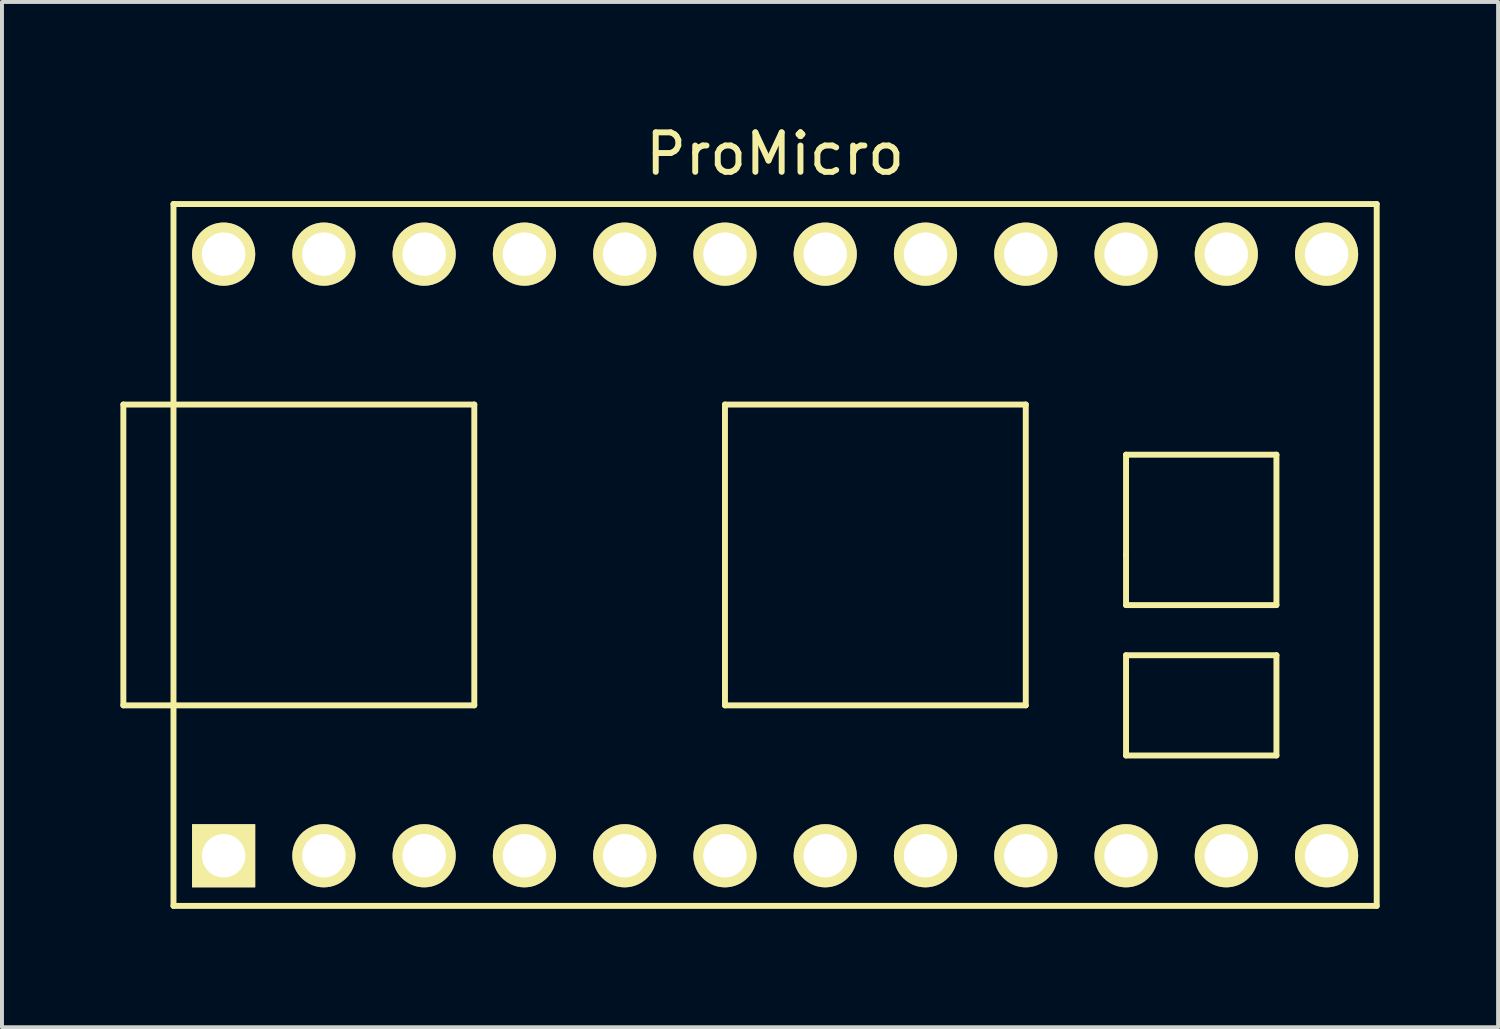
<source format=kicad_pcb>
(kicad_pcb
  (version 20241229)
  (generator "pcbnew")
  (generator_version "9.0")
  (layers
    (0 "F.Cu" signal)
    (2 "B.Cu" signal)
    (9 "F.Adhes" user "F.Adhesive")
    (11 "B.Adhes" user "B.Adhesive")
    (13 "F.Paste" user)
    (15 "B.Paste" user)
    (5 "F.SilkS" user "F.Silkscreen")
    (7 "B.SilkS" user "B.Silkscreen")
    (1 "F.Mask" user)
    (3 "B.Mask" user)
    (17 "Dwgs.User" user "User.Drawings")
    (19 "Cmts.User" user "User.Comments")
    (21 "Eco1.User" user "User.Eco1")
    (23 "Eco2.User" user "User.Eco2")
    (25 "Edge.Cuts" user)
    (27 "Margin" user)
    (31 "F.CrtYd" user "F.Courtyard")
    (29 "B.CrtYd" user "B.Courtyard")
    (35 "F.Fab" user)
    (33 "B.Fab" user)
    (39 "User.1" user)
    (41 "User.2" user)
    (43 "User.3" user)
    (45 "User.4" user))
  (footprint "ProMicro"
    (layer "F.Cu")
    (at 16.585 11.008)
    (property "Reference" "ProMicro" (at 0 -10.16 0) (layer "F.SilkS") (effects (font (size 1 1) (thickness 0.15))))
    (attr through_hole)
    (fp_line (start -16.51 -3.81) (end -7.62 -3.81) (stroke (width 0.15) (type solid)) (layer "F.SilkS"))
    (fp_line (start -16.51 3.81) (end -16.51 -3.81) (stroke (width 0.15) (type solid)) (layer "F.SilkS"))
    (fp_line (start -15.24 -8.89) (end 15.24 -8.89) (stroke (width 0.15) (type solid)) (layer "F.SilkS"))
    (fp_line (start -15.24 8.89) (end -15.24 -8.89) (stroke (width 0.15) (type solid)) (layer "F.SilkS"))
    (fp_line (start -7.62 -3.81) (end -7.62 3.81) (stroke (width 0.15) (type solid)) (layer "F.SilkS"))
    (fp_line (start -7.62 3.81) (end -16.51 3.81) (stroke (width 0.15) (type solid)) (layer "F.SilkS"))
    (fp_line (start -1.27 -3.81) (end -1.27 3.81) (stroke (width 0.15) (type solid)) (layer "F.SilkS"))
    (fp_line (start -1.27 3.81) (end 6.35 3.81) (stroke (width 0.15) (type solid)) (layer "F.SilkS"))
    (fp_line (start 6.35 -3.81) (end -1.27 -3.81) (stroke (width 0.15) (type solid)) (layer "F.SilkS"))
    (fp_line (start 6.35 3.81) (end 6.35 -3.81) (stroke (width 0.15) (type solid)) (layer "F.SilkS"))
    (fp_line (start 8.89 -2.54) (end 8.89 0) (stroke (width 0.15) (type solid)) (layer "F.SilkS"))
    (fp_line (start 8.89 0) (end 8.89 1.27) (stroke (width 0.15) (type solid)) (layer "F.SilkS"))
    (fp_line (start 8.89 1.27) (end 12.7 1.27) (stroke (width 0.15) (type solid)) (layer "F.SilkS"))
    (fp_line (start 8.89 2.54) (end 8.89 5.08) (stroke (width 0.15) (type solid)) (layer "F.SilkS"))
    (fp_line (start 8.89 5.08) (end 12.7 5.08) (stroke (width 0.15) (type solid)) (layer "F.SilkS"))
    (fp_line (start 12.7 -2.54) (end 8.89 -2.54) (stroke (width 0.15) (type solid)) (layer "F.SilkS"))
    (fp_line (start 12.7 1.27) (end 12.7 -2.54) (stroke (width 0.15) (type solid)) (layer "F.SilkS"))
    (fp_line (start 12.7 2.54) (end 8.89 2.54) (stroke (width 0.15) (type solid)) (layer "F.SilkS"))
    (fp_line (start 12.7 5.08) (end 12.7 2.54) (stroke (width 0.15) (type solid)) (layer "F.SilkS"))
    (fp_line (start 15.24 -8.89) (end 15.24 8.89) (stroke (width 0.15) (type solid)) (layer "F.SilkS"))
    (fp_line (start 15.24 8.89) (end -15.24 8.89) (stroke (width 0.15) (type solid)) (layer "F.SilkS"))
    (pad "1" thru_hole rect (at -13.97 7.62) (size 1.6 1.6) (drill 1.1) (layers "*.Cu" "*.Mask" "F.SilkS"))
    (pad "2" thru_hole circle (at -11.43 7.62) (size 1.6 1.6) (drill 1.1) (layers "*.Cu" "*.Mask" "F.SilkS"))
    (pad "3" thru_hole circle (at -8.89 7.62) (size 1.6 1.6) (drill 1.1) (layers "*.Cu" "*.Mask" "F.SilkS"))
    (pad "4" thru_hole circle (at -6.35 7.62) (size 1.6 1.6) (drill 1.1) (layers "*.Cu" "*.Mask" "F.SilkS"))
    (pad "5" thru_hole circle (at -3.81 7.62) (size 1.6 1.6) (drill 1.1) (layers "*.Cu" "*.Mask" "F.SilkS"))
    (pad "6" thru_hole circle (at -1.27 7.62) (size 1.6 1.6) (drill 1.1) (layers "*.Cu" "*.Mask" "F.SilkS"))
    (pad "7" thru_hole circle (at 1.27 7.62) (size 1.6 1.6) (drill 1.1) (layers "*.Cu" "*.Mask" "F.SilkS"))
    (pad "8" thru_hole circle (at 3.81 7.62) (size 1.6 1.6) (drill 1.1) (layers "*.Cu" "*.Mask" "F.SilkS"))
    (pad "9" thru_hole circle (at 6.35 7.62) (size 1.6 1.6) (drill 1.1) (layers "*.Cu" "*.Mask" "F.SilkS"))
    (pad "10" thru_hole circle (at 8.89 7.62) (size 1.6 1.6) (drill 1.1) (layers "*.Cu" "*.Mask" "F.SilkS"))
    (pad "11" thru_hole circle (at 11.43 7.62) (size 1.6 1.6) (drill 1.1) (layers "*.Cu" "*.Mask" "F.SilkS"))
    (pad "12" thru_hole circle (at 13.97 7.62) (size 1.6 1.6) (drill 1.1) (layers "*.Cu" "*.Mask" "F.SilkS"))
    (pad "13" thru_hole circle (at 13.97 -7.62) (size 1.6 1.6) (drill 1.1) (layers "*.Cu" "*.Mask" "F.SilkS"))
    (pad "14" thru_hole circle (at 11.43 -7.62) (size 1.6 1.6) (drill 1.1) (layers "*.Cu" "*.Mask" "F.SilkS"))
    (pad "15" thru_hole circle (at 8.89 -7.62) (size 1.6 1.6) (drill 1.1) (layers "*.Cu" "*.Mask" "F.SilkS"))
    (pad "16" thru_hole circle (at 6.35 -7.62) (size 1.6 1.6) (drill 1.1) (layers "*.Cu" "*.Mask" "F.SilkS"))
    (pad "17" thru_hole circle (at 3.81 -7.62) (size 1.6 1.6) (drill 1.1) (layers "*.Cu" "*.Mask" "F.SilkS"))
    (pad "18" thru_hole circle (at 1.27 -7.62) (size 1.6 1.6) (drill 1.1) (layers "*.Cu" "*.Mask" "F.SilkS"))
    (pad "19" thru_hole circle (at -1.27 -7.62) (size 1.6 1.6) (drill 1.1) (layers "*.Cu" "*.Mask" "F.SilkS"))
    (pad "20" thru_hole circle (at -3.81 -7.62) (size 1.6 1.6) (drill 1.1) (layers "*.Cu" "*.Mask" "F.SilkS"))
    (pad "21" thru_hole circle (at -6.35 -7.62) (size 1.6 1.6) (drill 1.1) (layers "*.Cu" "*.Mask" "F.SilkS"))
    (pad "22" thru_hole circle (at -8.89 -7.62) (size 1.6 1.6) (drill 1.1) (layers "*.Cu" "*.Mask" "F.SilkS"))
    (pad "23" thru_hole circle (at -11.43 -7.62) (size 1.6 1.6) (drill 1.1) (layers "*.Cu" "*.Mask" "F.SilkS"))
    (pad "24" thru_hole circle (at -13.97 -7.62) (size 1.6 1.6) (drill 1.1) (layers "*.Cu" "*.Mask" "F.SilkS")))
  (gr_rect
    (start -3 -3)
    (end 34.9 22.973)
    (stroke (width 0.1) (type default))
    (fill no)
    (layer "Edge.Cuts")))
</source>
